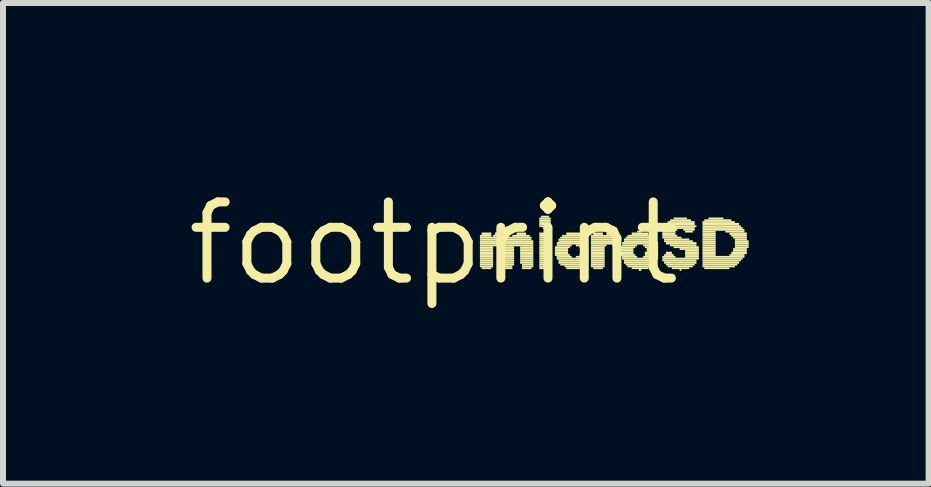
<source format=kicad_pcb>
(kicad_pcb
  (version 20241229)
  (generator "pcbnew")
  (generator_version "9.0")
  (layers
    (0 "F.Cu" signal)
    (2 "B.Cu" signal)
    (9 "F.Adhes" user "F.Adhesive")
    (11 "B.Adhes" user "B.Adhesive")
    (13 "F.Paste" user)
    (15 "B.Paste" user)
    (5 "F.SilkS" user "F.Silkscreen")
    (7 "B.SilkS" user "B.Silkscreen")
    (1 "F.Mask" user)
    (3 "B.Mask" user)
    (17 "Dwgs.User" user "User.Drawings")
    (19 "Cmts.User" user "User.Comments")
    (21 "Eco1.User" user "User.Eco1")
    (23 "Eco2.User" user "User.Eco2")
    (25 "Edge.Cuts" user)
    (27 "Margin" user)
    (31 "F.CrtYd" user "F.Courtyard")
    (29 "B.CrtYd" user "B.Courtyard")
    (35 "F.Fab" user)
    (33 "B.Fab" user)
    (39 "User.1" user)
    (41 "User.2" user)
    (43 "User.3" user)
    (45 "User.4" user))
  (footprint "footprint"
    (layer "F.Cu")
    (at 4.18 1.006)
    (property "Reference" "footprint" (at 0 0 0) (layer "F.SilkS") (effects (font (size 1.27 1.27) (thickness 0.15))))
    (fp_poly (pts (xy 0.77 -0.11) (xy 0.96 -0.11) (xy 0.96 -0.14) (xy 0.77 -0.14)) (stroke (width 0) (type solid)) (fill yes) (layer "F.SilkS"))
    (fp_poly (pts (xy 0.77 -0.08) (xy 1.63 -0.08) (xy 1.63 -0.11) (xy 0.77 -0.11)) (stroke (width 0) (type solid)) (fill yes) (layer "F.SilkS"))
    (fp_poly (pts (xy 0.77 -0.05) (xy 1.63 -0.05) (xy 1.63 -0.08) (xy 0.77 -0.08)) (stroke (width 0) (type solid)) (fill yes) (layer "F.SilkS"))
    (fp_poly (pts (xy 0.77 -0.02) (xy 1.66 -0.02) (xy 1.66 -0.05) (xy 0.77 -0.05)) (stroke (width 0) (type solid)) (fill yes) (layer "F.SilkS"))
    (fp_poly (pts (xy 0.77 0.02) (xy 1.66 0.02) (xy 1.66 -0.02) (xy 0.77 -0.02)) (stroke (width 0) (type solid)) (fill yes) (layer "F.SilkS"))
    (fp_poly (pts (xy 0.77 0.05) (xy 1.66 0.05) (xy 1.66 0.02) (xy 0.77 0.02)) (stroke (width 0) (type solid)) (fill yes) (layer "F.SilkS"))
    (fp_poly (pts (xy 0.77 0.08) (xy 0.99 0.08) (xy 0.99 0.05) (xy 0.77 0.05)) (stroke (width 0) (type solid)) (fill yes) (layer "F.SilkS"))
    (fp_poly (pts (xy 0.77 0.11) (xy 0.99 0.11) (xy 0.99 0.08) (xy 0.77 0.08)) (stroke (width 0) (type solid)) (fill yes) (layer "F.SilkS"))
    (fp_poly (pts (xy 0.77 0.14) (xy 0.99 0.14) (xy 0.99 0.11) (xy 0.77 0.11)) (stroke (width 0) (type solid)) (fill yes) (layer "F.SilkS"))
    (fp_poly (pts (xy 0.77 0.18) (xy 0.99 0.18) (xy 0.99 0.14) (xy 0.77 0.14)) (stroke (width 0) (type solid)) (fill yes) (layer "F.SilkS"))
    (fp_poly (pts (xy 0.77 0.21) (xy 0.99 0.21) (xy 0.99 0.18) (xy 0.77 0.18)) (stroke (width 0) (type solid)) (fill yes) (layer "F.SilkS"))
    (fp_poly (pts (xy 0.77 0.24) (xy 0.99 0.24) (xy 0.99 0.21) (xy 0.77 0.21)) (stroke (width 0) (type solid)) (fill yes) (layer "F.SilkS"))
    (fp_poly (pts (xy 0.77 0.27) (xy 0.99 0.27) (xy 0.99 0.24) (xy 0.77 0.24)) (stroke (width 0) (type solid)) (fill yes) (layer "F.SilkS"))
    (fp_poly (pts (xy 0.77 0.3) (xy 0.99 0.3) (xy 0.99 0.27) (xy 0.77 0.27)) (stroke (width 0) (type solid)) (fill yes) (layer "F.SilkS"))
    (fp_poly (pts (xy 0.77 0.34) (xy 0.99 0.34) (xy 0.99 0.3) (xy 0.77 0.3)) (stroke (width 0) (type solid)) (fill yes) (layer "F.SilkS"))
    (fp_poly (pts (xy 0.77 0.37) (xy 0.99 0.37) (xy 0.99 0.34) (xy 0.77 0.34)) (stroke (width 0) (type solid)) (fill yes) (layer "F.SilkS"))
    (fp_poly (pts (xy 0.77 0.4) (xy 0.99 0.4) (xy 0.99 0.37) (xy 0.77 0.37)) (stroke (width 0) (type solid)) (fill yes) (layer "F.SilkS"))
    (fp_poly (pts (xy 0.8 -0.14) (xy 0.96 -0.14) (xy 0.96 -0.18) (xy 0.8 -0.18)) (stroke (width 0) (type solid)) (fill yes) (layer "F.SilkS"))
    (fp_poly (pts (xy 0.8 0.43) (xy 0.96 0.43) (xy 0.96 0.4) (xy 0.8 0.4)) (stroke (width 0) (type solid)) (fill yes) (layer "F.SilkS"))
    (fp_poly (pts (xy 0.99 -0.11) (xy 1.25 -0.11) (xy 1.25 -0.14) (xy 0.99 -0.14)) (stroke (width 0) (type solid)) (fill yes) (layer "F.SilkS"))
    (fp_poly (pts (xy 1.02 -0.14) (xy 1.18 -0.14) (xy 1.18 -0.18) (xy 1.02 -0.18)) (stroke (width 0) (type solid)) (fill yes) (layer "F.SilkS"))
    (fp_poly (pts (xy 1.09 0.08) (xy 1.34 0.08) (xy 1.34 0.05) (xy 1.09 0.05)) (stroke (width 0) (type solid)) (fill yes) (layer "F.SilkS"))
    (fp_poly (pts (xy 1.12 0.11) (xy 1.34 0.11) (xy 1.34 0.08) (xy 1.12 0.08)) (stroke (width 0) (type solid)) (fill yes) (layer "F.SilkS"))
    (fp_poly (pts (xy 1.12 0.14) (xy 1.34 0.14) (xy 1.34 0.11) (xy 1.12 0.11)) (stroke (width 0) (type solid)) (fill yes) (layer "F.SilkS"))
    (fp_poly (pts (xy 1.12 0.18) (xy 1.34 0.18) (xy 1.34 0.14) (xy 1.12 0.14)) (stroke (width 0) (type solid)) (fill yes) (layer "F.SilkS"))
    (fp_poly (pts (xy 1.12 0.21) (xy 1.34 0.21) (xy 1.34 0.18) (xy 1.12 0.18)) (stroke (width 0) (type solid)) (fill yes) (layer "F.SilkS"))
    (fp_poly (pts (xy 1.12 0.24) (xy 1.34 0.24) (xy 1.34 0.21) (xy 1.12 0.21)) (stroke (width 0) (type solid)) (fill yes) (layer "F.SilkS"))
    (fp_poly (pts (xy 1.12 0.27) (xy 1.34 0.27) (xy 1.34 0.24) (xy 1.12 0.24)) (stroke (width 0) (type solid)) (fill yes) (layer "F.SilkS"))
    (fp_poly (pts (xy 1.12 0.3) (xy 1.34 0.3) (xy 1.34 0.27) (xy 1.12 0.27)) (stroke (width 0) (type solid)) (fill yes) (layer "F.SilkS"))
    (fp_poly (pts (xy 1.12 0.34) (xy 1.34 0.34) (xy 1.34 0.3) (xy 1.12 0.3)) (stroke (width 0) (type solid)) (fill yes) (layer "F.SilkS"))
    (fp_poly (pts (xy 1.12 0.37) (xy 1.34 0.37) (xy 1.34 0.34) (xy 1.12 0.34)) (stroke (width 0) (type solid)) (fill yes) (layer "F.SilkS"))
    (fp_poly (pts (xy 1.12 0.4) (xy 1.31 0.4) (xy 1.31 0.37) (xy 1.12 0.37)) (stroke (width 0) (type solid)) (fill yes) (layer "F.SilkS"))
    (fp_poly (pts (xy 1.15 0.43) (xy 1.31 0.43) (xy 1.31 0.4) (xy 1.15 0.4)) (stroke (width 0) (type solid)) (fill yes) (layer "F.SilkS"))
    (fp_poly (pts (xy 1.31 -0.11) (xy 1.6 -0.11) (xy 1.6 -0.14) (xy 1.31 -0.14)) (stroke (width 0) (type solid)) (fill yes) (layer "F.SilkS"))
    (fp_poly (pts (xy 1.38 -0.14) (xy 1.54 -0.14) (xy 1.54 -0.18) (xy 1.38 -0.18)) (stroke (width 0) (type solid)) (fill yes) (layer "F.SilkS"))
    (fp_poly (pts (xy 1.44 0.08) (xy 1.66 0.08) (xy 1.66 0.05) (xy 1.44 0.05)) (stroke (width 0) (type solid)) (fill yes) (layer "F.SilkS"))
    (fp_poly (pts (xy 1.44 0.11) (xy 1.66 0.11) (xy 1.66 0.08) (xy 1.44 0.08)) (stroke (width 0) (type solid)) (fill yes) (layer "F.SilkS"))
    (fp_poly (pts (xy 1.44 0.14) (xy 1.66 0.14) (xy 1.66 0.11) (xy 1.44 0.11)) (stroke (width 0) (type solid)) (fill yes) (layer "F.SilkS"))
    (fp_poly (pts (xy 1.44 0.18) (xy 1.66 0.18) (xy 1.66 0.14) (xy 1.44 0.14)) (stroke (width 0) (type solid)) (fill yes) (layer "F.SilkS"))
    (fp_poly (pts (xy 1.44 0.21) (xy 1.66 0.21) (xy 1.66 0.18) (xy 1.44 0.18)) (stroke (width 0) (type solid)) (fill yes) (layer "F.SilkS"))
    (fp_poly (pts (xy 1.44 0.24) (xy 1.66 0.24) (xy 1.66 0.21) (xy 1.44 0.21)) (stroke (width 0) (type solid)) (fill yes) (layer "F.SilkS"))
    (fp_poly (pts (xy 1.44 0.27) (xy 1.66 0.27) (xy 1.66 0.24) (xy 1.44 0.24)) (stroke (width 0) (type solid)) (fill yes) (layer "F.SilkS"))
    (fp_poly (pts (xy 1.44 0.3) (xy 1.66 0.3) (xy 1.66 0.27) (xy 1.44 0.27)) (stroke (width 0) (type solid)) (fill yes) (layer "F.SilkS"))
    (fp_poly (pts (xy 1.44 0.34) (xy 1.66 0.34) (xy 1.66 0.3) (xy 1.44 0.3)) (stroke (width 0) (type solid)) (fill yes) (layer "F.SilkS"))
    (fp_poly (pts (xy 1.47 0.37) (xy 1.66 0.37) (xy 1.66 0.34) (xy 1.47 0.34)) (stroke (width 0) (type solid)) (fill yes) (layer "F.SilkS"))
    (fp_poly (pts (xy 1.47 0.4) (xy 1.66 0.4) (xy 1.66 0.37) (xy 1.47 0.37)) (stroke (width 0) (type solid)) (fill yes) (layer "F.SilkS"))
    (fp_poly (pts (xy 1.47 0.43) (xy 1.63 0.43) (xy 1.63 0.4) (xy 1.47 0.4)) (stroke (width 0) (type solid)) (fill yes) (layer "F.SilkS"))
    (fp_poly (pts (xy 1.76 -0.4) (xy 1.95 -0.4) (xy 1.95 -0.43) (xy 1.76 -0.43)) (stroke (width 0) (type solid)) (fill yes) (layer "F.SilkS"))
    (fp_poly (pts (xy 1.76 -0.37) (xy 1.95 -0.37) (xy 1.95 -0.4) (xy 1.76 -0.4)) (stroke (width 0) (type solid)) (fill yes) (layer "F.SilkS"))
    (fp_poly (pts (xy 1.76 -0.34) (xy 1.95 -0.34) (xy 1.95 -0.37) (xy 1.76 -0.37)) (stroke (width 0) (type solid)) (fill yes) (layer "F.SilkS"))
    (fp_poly (pts (xy 1.76 -0.3) (xy 1.95 -0.3) (xy 1.95 -0.34) (xy 1.76 -0.34)) (stroke (width 0) (type solid)) (fill yes) (layer "F.SilkS"))
    (fp_poly (pts (xy 1.76 -0.27) (xy 1.95 -0.27) (xy 1.95 -0.3) (xy 1.76 -0.3)) (stroke (width 0) (type solid)) (fill yes) (layer "F.SilkS"))
    (fp_poly (pts (xy 1.76 -0.14) (xy 1.92 -0.14) (xy 1.92 -0.18) (xy 1.76 -0.18)) (stroke (width 0) (type solid)) (fill yes) (layer "F.SilkS"))
    (fp_poly (pts (xy 1.76 -0.11) (xy 1.95 -0.11) (xy 1.95 -0.14) (xy 1.76 -0.14)) (stroke (width 0) (type solid)) (fill yes) (layer "F.SilkS"))
    (fp_poly (pts (xy 1.76 -0.08) (xy 1.95 -0.08) (xy 1.95 -0.11) (xy 1.76 -0.11)) (stroke (width 0) (type solid)) (fill yes) (layer "F.SilkS"))
    (fp_poly (pts (xy 1.76 -0.05) (xy 1.95 -0.05) (xy 1.95 -0.08) (xy 1.76 -0.08)) (stroke (width 0) (type solid)) (fill yes) (layer "F.SilkS"))
    (fp_poly (pts (xy 1.76 -0.02) (xy 1.95 -0.02) (xy 1.95 -0.05) (xy 1.76 -0.05)) (stroke (width 0) (type solid)) (fill yes) (layer "F.SilkS"))
    (fp_poly (pts (xy 1.76 0.02) (xy 1.95 0.02) (xy 1.95 -0.02) (xy 1.76 -0.02)) (stroke (width 0) (type solid)) (fill yes) (layer "F.SilkS"))
    (fp_poly (pts (xy 1.76 0.05) (xy 1.95 0.05) (xy 1.95 0.02) (xy 1.76 0.02)) (stroke (width 0) (type solid)) (fill yes) (layer "F.SilkS"))
    (fp_poly (pts (xy 1.76 0.08) (xy 1.95 0.08) (xy 1.95 0.05) (xy 1.76 0.05)) (stroke (width 0) (type solid)) (fill yes) (layer "F.SilkS"))
    (fp_poly (pts (xy 1.76 0.11) (xy 1.95 0.11) (xy 1.95 0.08) (xy 1.76 0.08)) (stroke (width 0) (type solid)) (fill yes) (layer "F.SilkS"))
    (fp_poly (pts (xy 1.76 0.14) (xy 1.95 0.14) (xy 1.95 0.11) (xy 1.76 0.11)) (stroke (width 0) (type solid)) (fill yes) (layer "F.SilkS"))
    (fp_poly (pts (xy 1.76 0.18) (xy 1.95 0.18) (xy 1.95 0.14) (xy 1.76 0.14)) (stroke (width 0) (type solid)) (fill yes) (layer "F.SilkS"))
    (fp_poly (pts (xy 1.76 0.21) (xy 1.95 0.21) (xy 1.95 0.18) (xy 1.76 0.18)) (stroke (width 0) (type solid)) (fill yes) (layer "F.SilkS"))
    (fp_poly (pts (xy 1.76 0.24) (xy 1.95 0.24) (xy 1.95 0.21) (xy 1.76 0.21)) (stroke (width 0) (type solid)) (fill yes) (layer "F.SilkS"))
    (fp_poly (pts (xy 1.76 0.27) (xy 1.95 0.27) (xy 1.95 0.24) (xy 1.76 0.24)) (stroke (width 0) (type solid)) (fill yes) (layer "F.SilkS"))
    (fp_poly (pts (xy 1.76 0.3) (xy 1.95 0.3) (xy 1.95 0.27) (xy 1.76 0.27)) (stroke (width 0) (type solid)) (fill yes) (layer "F.SilkS"))
    (fp_poly (pts (xy 1.76 0.34) (xy 1.95 0.34) (xy 1.95 0.3) (xy 1.76 0.3)) (stroke (width 0) (type solid)) (fill yes) (layer "F.SilkS"))
    (fp_poly (pts (xy 1.76 0.37) (xy 1.95 0.37) (xy 1.95 0.34) (xy 1.76 0.34)) (stroke (width 0) (type solid)) (fill yes) (layer "F.SilkS"))
    (fp_poly (pts (xy 1.76 0.4) (xy 1.95 0.4) (xy 1.95 0.37) (xy 1.76 0.37)) (stroke (width 0) (type solid)) (fill yes) (layer "F.SilkS"))
    (fp_poly (pts (xy 1.76 0.43) (xy 1.92 0.43) (xy 1.92 0.4) (xy 1.76 0.4)) (stroke (width 0) (type solid)) (fill yes) (layer "F.SilkS"))
    (fp_poly (pts (xy 1.79 -0.43) (xy 1.92 -0.43) (xy 1.92 -0.46) (xy 1.79 -0.46)) (stroke (width 0) (type solid)) (fill yes) (layer "F.SilkS"))
    (fp_poly (pts (xy 1.82 -0.24) (xy 1.89 -0.24) (xy 1.89 -0.27) (xy 1.82 -0.27)) (stroke (width 0) (type solid)) (fill yes) (layer "F.SilkS"))
    (fp_poly (pts (xy 2.02 0.08) (xy 2.27 0.08) (xy 2.27 0.05) (xy 2.02 0.05)) (stroke (width 0) (type solid)) (fill yes) (layer "F.SilkS"))
    (fp_poly (pts (xy 2.02 0.11) (xy 2.24 0.11) (xy 2.24 0.08) (xy 2.02 0.08)) (stroke (width 0) (type solid)) (fill yes) (layer "F.SilkS"))
    (fp_poly (pts (xy 2.02 0.14) (xy 2.24 0.14) (xy 2.24 0.11) (xy 2.02 0.11)) (stroke (width 0) (type solid)) (fill yes) (layer "F.SilkS"))
    (fp_poly (pts (xy 2.02 0.18) (xy 2.24 0.18) (xy 2.24 0.14) (xy 2.02 0.14)) (stroke (width 0) (type solid)) (fill yes) (layer "F.SilkS"))
    (fp_poly (pts (xy 2.02 0.21) (xy 2.27 0.21) (xy 2.27 0.18) (xy 2.02 0.18)) (stroke (width 0) (type solid)) (fill yes) (layer "F.SilkS"))
    (fp_poly (pts (xy 2.05 0.02) (xy 2.56 0.02) (xy 2.56 -0.02) (xy 2.05 -0.02)) (stroke (width 0) (type solid)) (fill yes) (layer "F.SilkS"))
    (fp_poly (pts (xy 2.05 0.05) (xy 2.3 0.05) (xy 2.3 0.02) (xy 2.05 0.02)) (stroke (width 0) (type solid)) (fill yes) (layer "F.SilkS"))
    (fp_poly (pts (xy 2.05 0.24) (xy 2.3 0.24) (xy 2.3 0.21) (xy 2.05 0.21)) (stroke (width 0) (type solid)) (fill yes) (layer "F.SilkS"))
    (fp_poly (pts (xy 2.05 0.27) (xy 2.56 0.27) (xy 2.56 0.24) (xy 2.05 0.24)) (stroke (width 0) (type solid)) (fill yes) (layer "F.SilkS"))
    (fp_poly (pts (xy 2.08 -0.05) (xy 2.56 -0.05) (xy 2.56 -0.08) (xy 2.08 -0.08)) (stroke (width 0) (type solid)) (fill yes) (layer "F.SilkS"))
    (fp_poly (pts (xy 2.08 -0.02) (xy 2.56 -0.02) (xy 2.56 -0.05) (xy 2.08 -0.05)) (stroke (width 0) (type solid)) (fill yes) (layer "F.SilkS"))
    (fp_poly (pts (xy 2.08 0.3) (xy 2.56 0.3) (xy 2.56 0.27) (xy 2.08 0.27)) (stroke (width 0) (type solid)) (fill yes) (layer "F.SilkS"))
    (fp_poly (pts (xy 2.08 0.34) (xy 2.56 0.34) (xy 2.56 0.3) (xy 2.08 0.3)) (stroke (width 0) (type solid)) (fill yes) (layer "F.SilkS"))
    (fp_poly (pts (xy 2.11 -0.08) (xy 2.56 -0.08) (xy 2.56 -0.11) (xy 2.11 -0.11)) (stroke (width 0) (type solid)) (fill yes) (layer "F.SilkS"))
    (fp_poly (pts (xy 2.11 0.37) (xy 2.56 0.37) (xy 2.56 0.34) (xy 2.11 0.34)) (stroke (width 0) (type solid)) (fill yes) (layer "F.SilkS"))
    (fp_poly (pts (xy 2.14 -0.11) (xy 2.53 -0.11) (xy 2.53 -0.14) (xy 2.14 -0.14)) (stroke (width 0) (type solid)) (fill yes) (layer "F.SilkS"))
    (fp_poly (pts (xy 2.18 0.4) (xy 2.53 0.4) (xy 2.53 0.37) (xy 2.18 0.37)) (stroke (width 0) (type solid)) (fill yes) (layer "F.SilkS"))
    (fp_poly (pts (xy 2.21 -0.14) (xy 2.46 -0.14) (xy 2.46 -0.18) (xy 2.21 -0.18)) (stroke (width 0) (type solid)) (fill yes) (layer "F.SilkS"))
    (fp_poly (pts (xy 2.21 0.43) (xy 2.46 0.43) (xy 2.46 0.4) (xy 2.21 0.4)) (stroke (width 0) (type solid)) (fill yes) (layer "F.SilkS"))
    (fp_poly (pts (xy 2.37 0.05) (xy 2.53 0.05) (xy 2.53 0.02) (xy 2.37 0.02)) (stroke (width 0) (type solid)) (fill yes) (layer "F.SilkS"))
    (fp_poly (pts (xy 2.37 0.24) (xy 2.53 0.24) (xy 2.53 0.21) (xy 2.37 0.21)) (stroke (width 0) (type solid)) (fill yes) (layer "F.SilkS"))
    (fp_poly (pts (xy 2.43 0.08) (xy 2.5 0.08) (xy 2.5 0.05) (xy 2.43 0.05)) (stroke (width 0) (type solid)) (fill yes) (layer "F.SilkS"))
    (fp_poly (pts (xy 2.43 0.21) (xy 2.5 0.21) (xy 2.5 0.18) (xy 2.43 0.18)) (stroke (width 0) (type solid)) (fill yes) (layer "F.SilkS"))
    (fp_poly (pts (xy 2.62 -0.11) (xy 3.1 -0.11) (xy 3.1 -0.14) (xy 2.62 -0.14)) (stroke (width 0) (type solid)) (fill yes) (layer "F.SilkS"))
    (fp_poly (pts (xy 2.62 -0.08) (xy 3.1 -0.08) (xy 3.1 -0.11) (xy 2.62 -0.11)) (stroke (width 0) (type solid)) (fill yes) (layer "F.SilkS"))
    (fp_poly (pts (xy 2.62 -0.05) (xy 3.1 -0.05) (xy 3.1 -0.08) (xy 2.62 -0.08)) (stroke (width 0) (type solid)) (fill yes) (layer "F.SilkS"))
    (fp_poly (pts (xy 2.62 -0.02) (xy 3.1 -0.02) (xy 3.1 -0.05) (xy 2.62 -0.05)) (stroke (width 0) (type solid)) (fill yes) (layer "F.SilkS"))
    (fp_poly (pts (xy 2.62 0.02) (xy 3.07 0.02) (xy 3.07 -0.02) (xy 2.62 -0.02)) (stroke (width 0) (type solid)) (fill yes) (layer "F.SilkS"))
    (fp_poly (pts (xy 2.62 0.05) (xy 2.88 0.05) (xy 2.88 0.02) (xy 2.62 0.02)) (stroke (width 0) (type solid)) (fill yes) (layer "F.SilkS"))
    (fp_poly (pts (xy 2.62 0.08) (xy 2.85 0.08) (xy 2.85 0.05) (xy 2.62 0.05)) (stroke (width 0) (type solid)) (fill yes) (layer "F.SilkS"))
    (fp_poly (pts (xy 2.62 0.11) (xy 2.85 0.11) (xy 2.85 0.08) (xy 2.62 0.08)) (stroke (width 0) (type solid)) (fill yes) (layer "F.SilkS"))
    (fp_poly (pts (xy 2.62 0.14) (xy 2.85 0.14) (xy 2.85 0.11) (xy 2.62 0.11)) (stroke (width 0) (type solid)) (fill yes) (layer "F.SilkS"))
    (fp_poly (pts (xy 2.62 0.18) (xy 2.85 0.18) (xy 2.85 0.14) (xy 2.62 0.14)) (stroke (width 0) (type solid)) (fill yes) (layer "F.SilkS"))
    (fp_poly (pts (xy 2.62 0.21) (xy 2.85 0.21) (xy 2.85 0.18) (xy 2.62 0.18)) (stroke (width 0) (type solid)) (fill yes) (layer "F.SilkS"))
    (fp_poly (pts (xy 2.62 0.24) (xy 2.85 0.24) (xy 2.85 0.21) (xy 2.62 0.21)) (stroke (width 0) (type solid)) (fill yes) (layer "F.SilkS"))
    (fp_poly (pts (xy 2.62 0.27) (xy 2.85 0.27) (xy 2.85 0.24) (xy 2.62 0.24)) (stroke (width 0) (type solid)) (fill yes) (layer "F.SilkS"))
    (fp_poly (pts (xy 2.62 0.3) (xy 2.85 0.3) (xy 2.85 0.27) (xy 2.62 0.27)) (stroke (width 0) (type solid)) (fill yes) (layer "F.SilkS"))
    (fp_poly (pts (xy 2.62 0.34) (xy 2.85 0.34) (xy 2.85 0.3) (xy 2.62 0.3)) (stroke (width 0) (type solid)) (fill yes) (layer "F.SilkS"))
    (fp_poly (pts (xy 2.62 0.37) (xy 2.85 0.37) (xy 2.85 0.34) (xy 2.62 0.34)) (stroke (width 0) (type solid)) (fill yes) (layer "F.SilkS"))
    (fp_poly (pts (xy 2.62 0.4) (xy 2.85 0.4) (xy 2.85 0.37) (xy 2.62 0.37)) (stroke (width 0) (type solid)) (fill yes) (layer "F.SilkS"))
    (fp_poly (pts (xy 2.66 -0.14) (xy 2.82 -0.14) (xy 2.82 -0.18) (xy 2.66 -0.18)) (stroke (width 0) (type solid)) (fill yes) (layer "F.SilkS"))
    (fp_poly (pts (xy 2.66 0.43) (xy 2.82 0.43) (xy 2.82 0.4) (xy 2.66 0.4)) (stroke (width 0) (type solid)) (fill yes) (layer "F.SilkS"))
    (fp_poly (pts (xy 2.88 -0.14) (xy 3.07 -0.14) (xy 3.07 -0.18) (xy 2.88 -0.18)) (stroke (width 0) (type solid)) (fill yes) (layer "F.SilkS"))
    (fp_poly (pts (xy 2.98 0.05) (xy 3.04 0.05) (xy 3.04 0.02) (xy 2.98 0.02)) (stroke (width 0) (type solid)) (fill yes) (layer "F.SilkS"))
    (fp_poly (pts (xy 3.1 0.08) (xy 3.36 0.08) (xy 3.36 0.05) (xy 3.1 0.05)) (stroke (width 0) (type solid)) (fill yes) (layer "F.SilkS"))
    (fp_poly (pts (xy 3.1 0.11) (xy 3.33 0.11) (xy 3.33 0.08) (xy 3.1 0.08)) (stroke (width 0) (type solid)) (fill yes) (layer "F.SilkS"))
    (fp_poly (pts (xy 3.1 0.14) (xy 3.33 0.14) (xy 3.33 0.11) (xy 3.1 0.11)) (stroke (width 0) (type solid)) (fill yes) (layer "F.SilkS"))
    (fp_poly (pts (xy 3.1 0.18) (xy 3.33 0.18) (xy 3.33 0.14) (xy 3.1 0.14)) (stroke (width 0) (type solid)) (fill yes) (layer "F.SilkS"))
    (fp_poly (pts (xy 3.1 0.21) (xy 3.36 0.21) (xy 3.36 0.18) (xy 3.1 0.18)) (stroke (width 0) (type solid)) (fill yes) (layer "F.SilkS"))
    (fp_poly (pts (xy 3.14 0.02) (xy 3.74 0.02) (xy 3.74 -0.02) (xy 3.14 -0.02)) (stroke (width 0) (type solid)) (fill yes) (layer "F.SilkS"))
    (fp_poly (pts (xy 3.14 0.05) (xy 3.39 0.05) (xy 3.39 0.02) (xy 3.14 0.02)) (stroke (width 0) (type solid)) (fill yes) (layer "F.SilkS"))
    (fp_poly (pts (xy 3.14 0.24) (xy 3.39 0.24) (xy 3.39 0.21) (xy 3.14 0.21)) (stroke (width 0) (type solid)) (fill yes) (layer "F.SilkS"))
    (fp_poly (pts (xy 3.14 0.27) (xy 3.74 0.27) (xy 3.74 0.24) (xy 3.14 0.24)) (stroke (width 0) (type solid)) (fill yes) (layer "F.SilkS"))
    (fp_poly (pts (xy 3.17 -0.05) (xy 3.68 -0.05) (xy 3.68 -0.08) (xy 3.17 -0.08)) (stroke (width 0) (type solid)) (fill yes) (layer "F.SilkS"))
    (fp_poly (pts (xy 3.17 -0.02) (xy 3.71 -0.02) (xy 3.71 -0.05) (xy 3.17 -0.05)) (stroke (width 0) (type solid)) (fill yes) (layer "F.SilkS"))
    (fp_poly (pts (xy 3.17 0.3) (xy 3.71 0.3) (xy 3.71 0.27) (xy 3.17 0.27)) (stroke (width 0) (type solid)) (fill yes) (layer "F.SilkS"))
    (fp_poly (pts (xy 3.17 0.34) (xy 3.68 0.34) (xy 3.68 0.3) (xy 3.17 0.3)) (stroke (width 0) (type solid)) (fill yes) (layer "F.SilkS"))
    (fp_poly (pts (xy 3.2 -0.08) (xy 3.68 -0.08) (xy 3.68 -0.11) (xy 3.2 -0.11)) (stroke (width 0) (type solid)) (fill yes) (layer "F.SilkS"))
    (fp_poly (pts (xy 3.2 0.37) (xy 3.65 0.37) (xy 3.65 0.34) (xy 3.2 0.34)) (stroke (width 0) (type solid)) (fill yes) (layer "F.SilkS"))
    (fp_poly (pts (xy 3.23 -0.11) (xy 3.62 -0.11) (xy 3.62 -0.14) (xy 3.23 -0.14)) (stroke (width 0) (type solid)) (fill yes) (layer "F.SilkS"))
    (fp_poly (pts (xy 3.23 0.4) (xy 3.62 0.4) (xy 3.62 0.37) (xy 3.23 0.37)) (stroke (width 0) (type solid)) (fill yes) (layer "F.SilkS"))
    (fp_poly (pts (xy 3.3 -0.14) (xy 3.58 -0.14) (xy 3.58 -0.18) (xy 3.3 -0.18)) (stroke (width 0) (type solid)) (fill yes) (layer "F.SilkS"))
    (fp_poly (pts (xy 3.3 0.43) (xy 3.58 0.43) (xy 3.58 0.4) (xy 3.3 0.4)) (stroke (width 0) (type solid)) (fill yes) (layer "F.SilkS"))
    (fp_poly (pts (xy 3.39 -0.18) (xy 3.46 -0.18) (xy 3.46 -0.21) (xy 3.39 -0.21)) (stroke (width 0) (type solid)) (fill yes) (layer "F.SilkS"))
    (fp_poly (pts (xy 3.42 0.46) (xy 3.46 0.46) (xy 3.46 0.43) (xy 3.42 0.43)) (stroke (width 0) (type solid)) (fill yes) (layer "F.SilkS"))
    (fp_poly (pts (xy 3.49 0.05) (xy 3.74 0.05) (xy 3.74 0.02) (xy 3.49 0.02)) (stroke (width 0) (type solid)) (fill yes) (layer "F.SilkS"))
    (fp_poly (pts (xy 3.49 0.24) (xy 3.74 0.24) (xy 3.74 0.21) (xy 3.49 0.21)) (stroke (width 0) (type solid)) (fill yes) (layer "F.SilkS"))
    (fp_poly (pts (xy 3.52 0.08) (xy 3.74 0.08) (xy 3.74 0.05) (xy 3.52 0.05)) (stroke (width 0) (type solid)) (fill yes) (layer "F.SilkS"))
    (fp_poly (pts (xy 3.52 0.18) (xy 3.74 0.18) (xy 3.74 0.14) (xy 3.52 0.14)) (stroke (width 0) (type solid)) (fill yes) (layer "F.SilkS"))
    (fp_poly (pts (xy 3.52 0.21) (xy 3.74 0.21) (xy 3.74 0.18) (xy 3.52 0.18)) (stroke (width 0) (type solid)) (fill yes) (layer "F.SilkS"))
    (fp_poly (pts (xy 3.55 0.11) (xy 3.74 0.11) (xy 3.74 0.08) (xy 3.55 0.08)) (stroke (width 0) (type solid)) (fill yes) (layer "F.SilkS"))
    (fp_poly (pts (xy 3.55 0.14) (xy 3.74 0.14) (xy 3.74 0.11) (xy 3.55 0.11)) (stroke (width 0) (type solid)) (fill yes) (layer "F.SilkS"))
    (fp_poly (pts (xy 3.81 -0.21) (xy 4.06 -0.21) (xy 4.06 -0.24) (xy 3.81 -0.24)) (stroke (width 0) (type solid)) (fill yes) (layer "F.SilkS"))
    (fp_poly (pts (xy 3.81 -0.18) (xy 4.03 -0.18) (xy 4.03 -0.21) (xy 3.81 -0.21)) (stroke (width 0) (type solid)) (fill yes) (layer "F.SilkS"))
    (fp_poly (pts (xy 3.81 -0.14) (xy 4.03 -0.14) (xy 4.03 -0.18) (xy 3.81 -0.18)) (stroke (width 0) (type solid)) (fill yes) (layer "F.SilkS"))
    (fp_poly (pts (xy 3.81 -0.11) (xy 4.06 -0.11) (xy 4.06 -0.14) (xy 3.81 -0.14)) (stroke (width 0) (type solid)) (fill yes) (layer "F.SilkS"))
    (fp_poly (pts (xy 3.81 -0.08) (xy 4.13 -0.08) (xy 4.13 -0.11) (xy 3.81 -0.11)) (stroke (width 0) (type solid)) (fill yes) (layer "F.SilkS"))
    (fp_poly (pts (xy 3.81 0.24) (xy 4.03 0.24) (xy 4.03 0.21) (xy 3.81 0.21)) (stroke (width 0) (type solid)) (fill yes) (layer "F.SilkS"))
    (fp_poly (pts (xy 3.81 0.27) (xy 4.42 0.27) (xy 4.42 0.24) (xy 3.81 0.24)) (stroke (width 0) (type solid)) (fill yes) (layer "F.SilkS"))
    (fp_poly (pts (xy 3.81 0.3) (xy 4.38 0.3) (xy 4.38 0.27) (xy 3.81 0.27)) (stroke (width 0) (type solid)) (fill yes) (layer "F.SilkS"))
    (fp_poly (pts (xy 3.84 -0.27) (xy 4.38 -0.27) (xy 4.38 -0.3) (xy 3.84 -0.3)) (stroke (width 0) (type solid)) (fill yes) (layer "F.SilkS"))
    (fp_poly (pts (xy 3.84 -0.24) (xy 4.35 -0.24) (xy 4.35 -0.27) (xy 3.84 -0.27)) (stroke (width 0) (type solid)) (fill yes) (layer "F.SilkS"))
    (fp_poly (pts (xy 3.84 -0.05) (xy 4.26 -0.05) (xy 4.26 -0.08) (xy 3.84 -0.08)) (stroke (width 0) (type solid)) (fill yes) (layer "F.SilkS"))
    (fp_poly (pts (xy 3.84 -0.02) (xy 4.32 -0.02) (xy 4.32 -0.05) (xy 3.84 -0.05)) (stroke (width 0) (type solid)) (fill yes) (layer "F.SilkS"))
    (fp_poly (pts (xy 3.84 0.21) (xy 4 0.21) (xy 4 0.18) (xy 3.84 0.18)) (stroke (width 0) (type solid)) (fill yes) (layer "F.SilkS"))
    (fp_poly (pts (xy 3.84 0.34) (xy 4.38 0.34) (xy 4.38 0.3) (xy 3.84 0.3)) (stroke (width 0) (type solid)) (fill yes) (layer "F.SilkS"))
    (fp_poly (pts (xy 3.87 -0.3) (xy 4.35 -0.3) (xy 4.35 -0.34) (xy 3.87 -0.34)) (stroke (width 0) (type solid)) (fill yes) (layer "F.SilkS"))
    (fp_poly (pts (xy 3.87 0.02) (xy 4.38 0.02) (xy 4.38 -0.02) (xy 3.87 -0.02)) (stroke (width 0) (type solid)) (fill yes) (layer "F.SilkS"))
    (fp_poly (pts (xy 3.87 0.18) (xy 3.97 0.18) (xy 3.97 0.14) (xy 3.87 0.14)) (stroke (width 0) (type solid)) (fill yes) (layer "F.SilkS"))
    (fp_poly (pts (xy 3.87 0.37) (xy 4.35 0.37) (xy 4.35 0.34) (xy 3.87 0.34)) (stroke (width 0) (type solid)) (fill yes) (layer "F.SilkS"))
    (fp_poly (pts (xy 3.9 -0.34) (xy 4.35 -0.34) (xy 4.35 -0.37) (xy 3.9 -0.37)) (stroke (width 0) (type solid)) (fill yes) (layer "F.SilkS"))
    (fp_poly (pts (xy 3.9 0.4) (xy 4.32 0.4) (xy 4.32 0.37) (xy 3.9 0.37)) (stroke (width 0) (type solid)) (fill yes) (layer "F.SilkS"))
    (fp_poly (pts (xy 3.94 -0.37) (xy 4.29 -0.37) (xy 4.29 -0.4) (xy 3.94 -0.4)) (stroke (width 0) (type solid)) (fill yes) (layer "F.SilkS"))
    (fp_poly (pts (xy 3.94 0.05) (xy 4.38 0.05) (xy 4.38 0.02) (xy 3.94 0.02)) (stroke (width 0) (type solid)) (fill yes) (layer "F.SilkS"))
    (fp_poly (pts (xy 3.97 0.43) (xy 4.26 0.43) (xy 4.26 0.4) (xy 3.97 0.4)) (stroke (width 0) (type solid)) (fill yes) (layer "F.SilkS"))
    (fp_poly (pts (xy 4 -0.4) (xy 4.22 -0.4) (xy 4.22 -0.43) (xy 4 -0.43)) (stroke (width 0) (type solid)) (fill yes) (layer "F.SilkS"))
    (fp_poly (pts (xy 4 0.08) (xy 4.42 0.08) (xy 4.42 0.05) (xy 4 0.05)) (stroke (width 0) (type solid)) (fill yes) (layer "F.SilkS"))
    (fp_poly (pts (xy 4.1 0.11) (xy 4.42 0.11) (xy 4.42 0.08) (xy 4.1 0.08)) (stroke (width 0) (type solid)) (fill yes) (layer "F.SilkS"))
    (fp_poly (pts (xy 4.1 0.46) (xy 4.13 0.46) (xy 4.13 0.43) (xy 4.1 0.43)) (stroke (width 0) (type solid)) (fill yes) (layer "F.SilkS"))
    (fp_poly (pts (xy 4.16 -0.21) (xy 4.35 -0.21) (xy 4.35 -0.24) (xy 4.16 -0.24)) (stroke (width 0) (type solid)) (fill yes) (layer "F.SilkS"))
    (fp_poly (pts (xy 4.19 -0.18) (xy 4.32 -0.18) (xy 4.32 -0.21) (xy 4.19 -0.21)) (stroke (width 0) (type solid)) (fill yes) (layer "F.SilkS"))
    (fp_poly (pts (xy 4.19 0.14) (xy 4.42 0.14) (xy 4.42 0.11) (xy 4.19 0.11)) (stroke (width 0) (type solid)) (fill yes) (layer "F.SilkS"))
    (fp_poly (pts (xy 4.19 0.18) (xy 4.42 0.18) (xy 4.42 0.14) (xy 4.19 0.14)) (stroke (width 0) (type solid)) (fill yes) (layer "F.SilkS"))
    (fp_poly (pts (xy 4.19 0.21) (xy 4.42 0.21) (xy 4.42 0.18) (xy 4.19 0.18)) (stroke (width 0) (type solid)) (fill yes) (layer "F.SilkS"))
    (fp_poly (pts (xy 4.19 0.24) (xy 4.42 0.24) (xy 4.42 0.21) (xy 4.19 0.21)) (stroke (width 0) (type solid)) (fill yes) (layer "F.SilkS"))
    (fp_poly (pts (xy 4.48 -0.34) (xy 5.02 -0.34) (xy 5.02 -0.37) (xy 4.48 -0.37)) (stroke (width 0) (type solid)) (fill yes) (layer "F.SilkS"))
    (fp_poly (pts (xy 4.48 -0.3) (xy 5.09 -0.3) (xy 5.09 -0.34) (xy 4.48 -0.34)) (stroke (width 0) (type solid)) (fill yes) (layer "F.SilkS"))
    (fp_poly (pts (xy 4.48 -0.27) (xy 5.12 -0.27) (xy 5.12 -0.3) (xy 4.48 -0.3)) (stroke (width 0) (type solid)) (fill yes) (layer "F.SilkS"))
    (fp_poly (pts (xy 4.48 -0.24) (xy 5.15 -0.24) (xy 5.15 -0.27) (xy 4.48 -0.27)) (stroke (width 0) (type solid)) (fill yes) (layer "F.SilkS"))
    (fp_poly (pts (xy 4.48 -0.21) (xy 5.18 -0.21) (xy 5.18 -0.24) (xy 4.48 -0.24)) (stroke (width 0) (type solid)) (fill yes) (layer "F.SilkS"))
    (fp_poly (pts (xy 4.48 -0.18) (xy 4.7 -0.18) (xy 4.7 -0.21) (xy 4.48 -0.21)) (stroke (width 0) (type solid)) (fill yes) (layer "F.SilkS"))
    (fp_poly (pts (xy 4.48 -0.14) (xy 4.7 -0.14) (xy 4.7 -0.18) (xy 4.48 -0.18)) (stroke (width 0) (type solid)) (fill yes) (layer "F.SilkS"))
    (fp_poly (pts (xy 4.48 -0.11) (xy 4.7 -0.11) (xy 4.7 -0.14) (xy 4.48 -0.14)) (stroke (width 0) (type solid)) (fill yes) (layer "F.SilkS"))
    (fp_poly (pts (xy 4.48 -0.08) (xy 4.7 -0.08) (xy 4.7 -0.11) (xy 4.48 -0.11)) (stroke (width 0) (type solid)) (fill yes) (layer "F.SilkS"))
    (fp_poly (pts (xy 4.48 -0.05) (xy 4.7 -0.05) (xy 4.7 -0.08) (xy 4.48 -0.08)) (stroke (width 0) (type solid)) (fill yes) (layer "F.SilkS"))
    (fp_poly (pts (xy 4.48 -0.02) (xy 4.7 -0.02) (xy 4.7 -0.05) (xy 4.48 -0.05)) (stroke (width 0) (type solid)) (fill yes) (layer "F.SilkS"))
    (fp_poly (pts (xy 4.48 0.02) (xy 4.7 0.02) (xy 4.7 -0.02) (xy 4.48 -0.02)) (stroke (width 0) (type solid)) (fill yes) (layer "F.SilkS"))
    (fp_poly (pts (xy 4.48 0.05) (xy 4.7 0.05) (xy 4.7 0.02) (xy 4.48 0.02)) (stroke (width 0) (type solid)) (fill yes) (layer "F.SilkS"))
    (fp_poly (pts (xy 4.48 0.08) (xy 4.7 0.08) (xy 4.7 0.05) (xy 4.48 0.05)) (stroke (width 0) (type solid)) (fill yes) (layer "F.SilkS"))
    (fp_poly (pts (xy 4.48 0.11) (xy 4.7 0.11) (xy 4.7 0.08) (xy 4.48 0.08)) (stroke (width 0) (type solid)) (fill yes) (layer "F.SilkS"))
    (fp_poly (pts (xy 4.48 0.14) (xy 4.7 0.14) (xy 4.7 0.11) (xy 4.48 0.11)) (stroke (width 0) (type solid)) (fill yes) (layer "F.SilkS"))
    (fp_poly (pts (xy 4.48 0.18) (xy 4.7 0.18) (xy 4.7 0.14) (xy 4.48 0.14)) (stroke (width 0) (type solid)) (fill yes) (layer "F.SilkS"))
    (fp_poly (pts (xy 4.48 0.21) (xy 4.7 0.21) (xy 4.7 0.18) (xy 4.48 0.18)) (stroke (width 0) (type solid)) (fill yes) (layer "F.SilkS"))
    (fp_poly (pts (xy 4.48 0.24) (xy 5.18 0.24) (xy 5.18 0.21) (xy 4.48 0.21)) (stroke (width 0) (type solid)) (fill yes) (layer "F.SilkS"))
    (fp_poly (pts (xy 4.48 0.27) (xy 5.15 0.27) (xy 5.15 0.24) (xy 4.48 0.24)) (stroke (width 0) (type solid)) (fill yes) (layer "F.SilkS"))
    (fp_poly (pts (xy 4.48 0.3) (xy 5.12 0.3) (xy 5.12 0.27) (xy 4.48 0.27)) (stroke (width 0) (type solid)) (fill yes) (layer "F.SilkS"))
    (fp_poly (pts (xy 4.48 0.34) (xy 5.09 0.34) (xy 5.09 0.3) (xy 4.48 0.3)) (stroke (width 0) (type solid)) (fill yes) (layer "F.SilkS"))
    (fp_poly (pts (xy 4.48 0.37) (xy 5.06 0.37) (xy 5.06 0.34) (xy 4.48 0.34)) (stroke (width 0) (type solid)) (fill yes) (layer "F.SilkS"))
    (fp_poly (pts (xy 4.48 0.4) (xy 5.02 0.4) (xy 5.02 0.37) (xy 4.48 0.37)) (stroke (width 0) (type solid)) (fill yes) (layer "F.SilkS"))
    (fp_poly (pts (xy 4.51 -0.37) (xy 4.96 -0.37) (xy 4.96 -0.4) (xy 4.51 -0.4)) (stroke (width 0) (type solid)) (fill yes) (layer "F.SilkS"))
    (fp_poly (pts (xy 4.51 0.43) (xy 4.93 0.43) (xy 4.93 0.4) (xy 4.51 0.4)) (stroke (width 0) (type solid)) (fill yes) (layer "F.SilkS"))
    (fp_poly (pts (xy 4.58 -0.4) (xy 4.83 -0.4) (xy 4.83 -0.43) (xy 4.58 -0.43)) (stroke (width 0) (type solid)) (fill yes) (layer "F.SilkS"))
    (fp_poly (pts (xy 4.86 -0.18) (xy 5.18 -0.18) (xy 5.18 -0.21) (xy 4.86 -0.21)) (stroke (width 0) (type solid)) (fill yes) (layer "F.SilkS"))
    (fp_poly (pts (xy 4.93 -0.14) (xy 5.22 -0.14) (xy 5.22 -0.18) (xy 4.93 -0.18)) (stroke (width 0) (type solid)) (fill yes) (layer "F.SilkS"))
    (fp_poly (pts (xy 4.93 0.21) (xy 5.18 0.21) (xy 5.18 0.18) (xy 4.93 0.18)) (stroke (width 0) (type solid)) (fill yes) (layer "F.SilkS"))
    (fp_poly (pts (xy 4.96 -0.11) (xy 5.22 -0.11) (xy 5.22 -0.14) (xy 4.96 -0.14)) (stroke (width 0) (type solid)) (fill yes) (layer "F.SilkS"))
    (fp_poly (pts (xy 4.96 0.18) (xy 5.22 0.18) (xy 5.22 0.14) (xy 4.96 0.14)) (stroke (width 0) (type solid)) (fill yes) (layer "F.SilkS"))
    (fp_poly (pts (xy 4.99 -0.08) (xy 5.22 -0.08) (xy 5.22 -0.11) (xy 4.99 -0.11)) (stroke (width 0) (type solid)) (fill yes) (layer "F.SilkS"))
    (fp_poly (pts (xy 4.99 0.11) (xy 5.22 0.11) (xy 5.22 0.08) (xy 4.99 0.08)) (stroke (width 0) (type solid)) (fill yes) (layer "F.SilkS"))
    (fp_poly (pts (xy 4.99 0.14) (xy 5.22 0.14) (xy 5.22 0.11) (xy 4.99 0.11)) (stroke (width 0) (type solid)) (fill yes) (layer "F.SilkS"))
    (fp_poly (pts (xy 5.02 -0.05) (xy 5.22 -0.05) (xy 5.22 -0.08) (xy 5.02 -0.08)) (stroke (width 0) (type solid)) (fill yes) (layer "F.SilkS"))
    (fp_poly (pts (xy 5.02 -0.02) (xy 5.25 -0.02) (xy 5.25 -0.05) (xy 5.02 -0.05)) (stroke (width 0) (type solid)) (fill yes) (layer "F.SilkS"))
    (fp_poly (pts (xy 5.02 0.02) (xy 5.25 0.02) (xy 5.25 -0.02) (xy 5.02 -0.02)) (stroke (width 0) (type solid)) (fill yes) (layer "F.SilkS"))
    (fp_poly (pts (xy 5.02 0.05) (xy 5.25 0.05) (xy 5.25 0.02) (xy 5.02 0.02)) (stroke (width 0) (type solid)) (fill yes) (layer "F.SilkS"))
    (fp_poly (pts (xy 5.02 0.08) (xy 5.25 0.08) (xy 5.25 0.05) (xy 5.02 0.05)) (stroke (width 0) (type solid)) (fill yes) (layer "F.SilkS")))
  (gr_rect
    (start -3 -3)
    (end 12.43 5.012)
    (stroke (width 0.1) (type default))
    (fill no)
    (layer "Edge.Cuts")))
</source>
